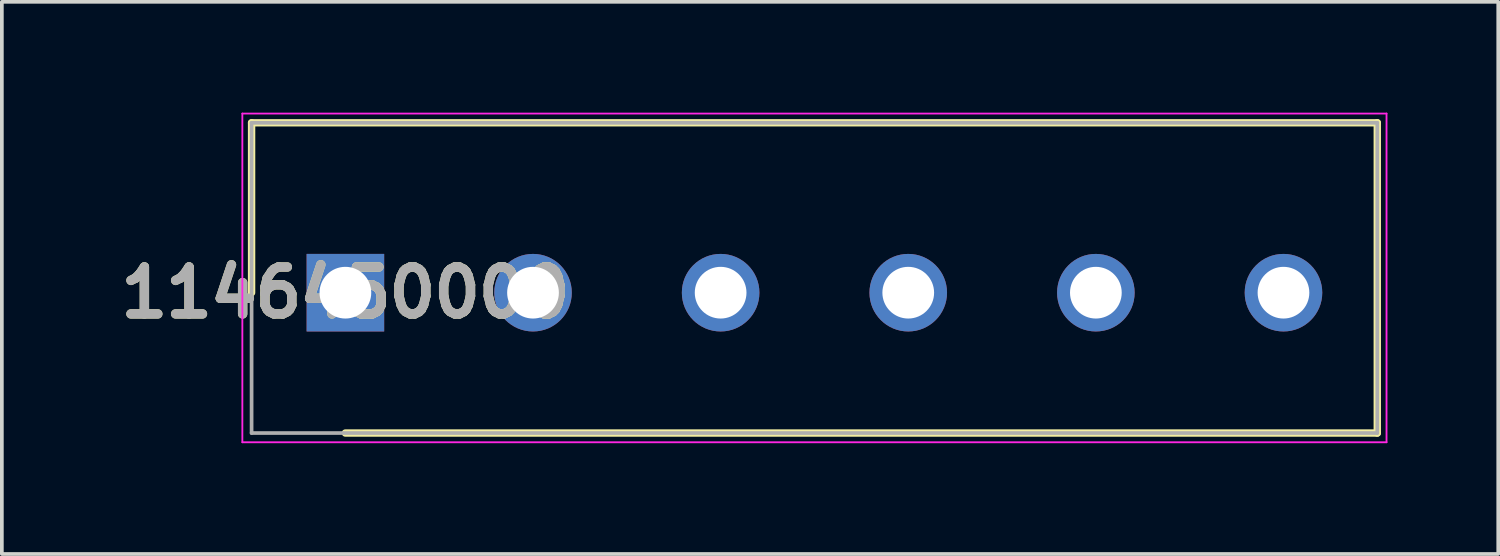
<source format=kicad_pcb>
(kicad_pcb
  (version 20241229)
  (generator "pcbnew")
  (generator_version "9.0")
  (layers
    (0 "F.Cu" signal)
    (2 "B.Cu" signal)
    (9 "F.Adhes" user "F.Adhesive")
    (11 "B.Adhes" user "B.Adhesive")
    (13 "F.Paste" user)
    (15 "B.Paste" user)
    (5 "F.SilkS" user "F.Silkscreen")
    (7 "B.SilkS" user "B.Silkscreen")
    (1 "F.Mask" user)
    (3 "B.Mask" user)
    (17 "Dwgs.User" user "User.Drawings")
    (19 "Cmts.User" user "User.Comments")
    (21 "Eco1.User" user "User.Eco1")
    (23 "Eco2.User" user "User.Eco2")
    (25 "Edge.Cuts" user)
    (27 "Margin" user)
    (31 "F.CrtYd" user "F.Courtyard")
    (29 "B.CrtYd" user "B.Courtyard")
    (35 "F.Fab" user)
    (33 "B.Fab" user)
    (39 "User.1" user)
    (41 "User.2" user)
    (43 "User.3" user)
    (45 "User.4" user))
  (footprint "1146450000"
    (layer "F.Cu")
    (at 6.302 4.875)
    (property "Reference" "1146450000" (at 0 0 0) (layer "F.SilkS") (effects (font (size 1.27 1.27) (thickness 0.254))))
    (attr through_hole)
    (fp_line (start -2.54 -4.6) (end -2.54 0) (stroke (width 0.2) (type solid)) (layer "F.SilkS"))
    (fp_line (start 0 3.8) (end 27.94 3.8) (stroke (width 0.2) (type solid)) (layer "F.SilkS"))
    (fp_line (start 27.94 -4.6) (end -2.54 -4.6) (stroke (width 0.2) (type solid)) (layer "F.SilkS"))
    (fp_line (start 27.94 3.8) (end 27.94 -4.6) (stroke (width 0.2) (type solid)) (layer "F.SilkS"))
    (fp_line (start -2.79 -4.85) (end 28.19 -4.85) (stroke (width 0.05) (type solid)) (layer "F.CrtYd"))
    (fp_line (start -2.79 4.05) (end -2.79 -4.85) (stroke (width 0.05) (type solid)) (layer "F.CrtYd"))
    (fp_line (start 28.19 -4.85) (end 28.19 4.05) (stroke (width 0.05) (type solid)) (layer "F.CrtYd"))
    (fp_line (start 28.19 4.05) (end -2.79 4.05) (stroke (width 0.05) (type solid)) (layer "F.CrtYd"))
    (fp_line (start -2.54 -4.6) (end 27.94 -4.6) (stroke (width 0.1) (type solid)) (layer "F.Fab"))
    (fp_line (start -2.54 3.8) (end -2.54 -4.6) (stroke (width 0.1) (type solid)) (layer "F.Fab"))
    (fp_line (start 27.94 -4.6) (end 27.94 3.8) (stroke (width 0.1) (type solid)) (layer "F.Fab"))
    (fp_line (start 27.94 3.8) (end -2.54 3.8) (stroke (width 0.1) (type solid)) (layer "F.Fab"))
    (fp_text user "${REFERENCE}" (at 0 0 0) (layer "F.Fab") (effects (font (size 1.27 1.27) (thickness 0.254))))
    (pad "1" thru_hole rect (at 0 0) (size 2.1 2.1) (drill 1.4) (layers "*.Cu" "*.Mask"))
    (pad "2" thru_hole circle (at 5.08 0) (size 2.1 2.1) (drill 1.4) (layers "*.Cu" "*.Mask"))
    (pad "3" thru_hole circle (at 10.16 0) (size 2.1 2.1) (drill 1.4) (layers "*.Cu" "*.Mask"))
    (pad "4" thru_hole circle (at 15.24 0) (size 2.1 2.1) (drill 1.4) (layers "*.Cu" "*.Mask"))
    (pad "5" thru_hole circle (at 20.32 0) (size 2.1 2.1) (drill 1.4) (layers "*.Cu" "*.Mask"))
    (pad "6" thru_hole circle (at 25.4 0) (size 2.1 2.1) (drill 1.4) (layers "*.Cu" "*.Mask")))
  (gr_rect
    (start -3 -3)
    (end 37.517 11.95)
    (stroke (width 0.1) (type default))
    (fill no)
    (layer "Edge.Cuts")))
</source>
